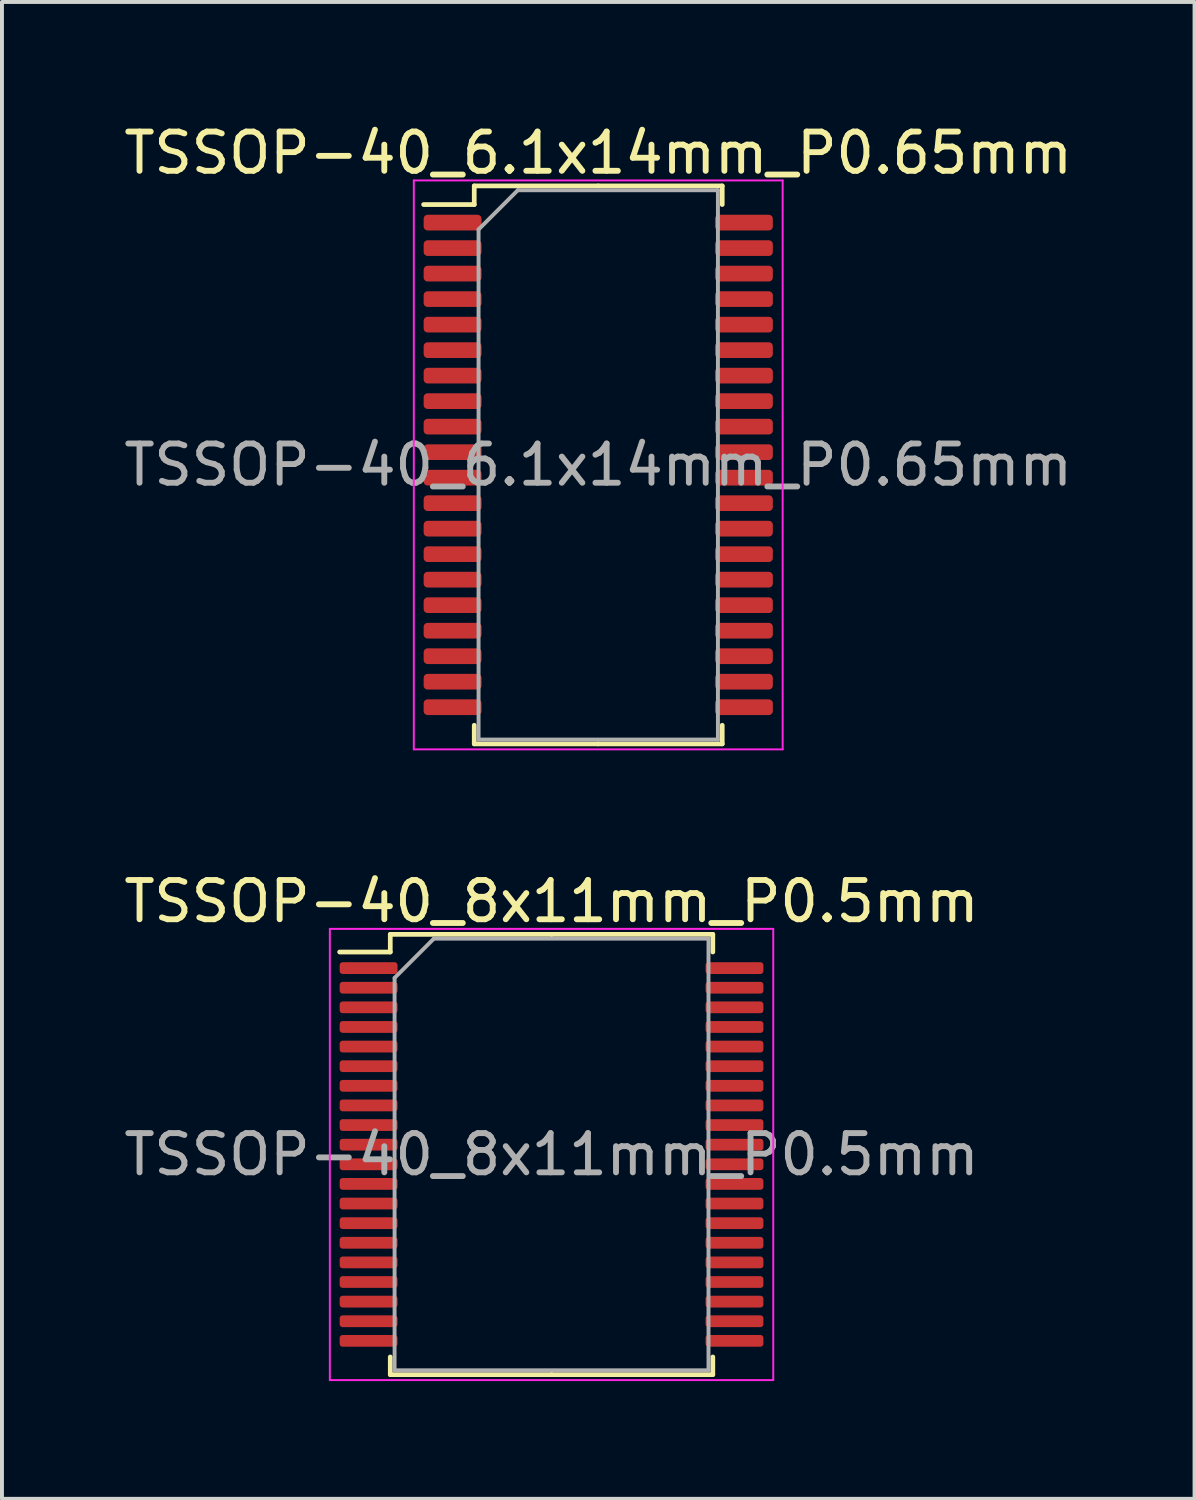
<source format=kicad_pcb>
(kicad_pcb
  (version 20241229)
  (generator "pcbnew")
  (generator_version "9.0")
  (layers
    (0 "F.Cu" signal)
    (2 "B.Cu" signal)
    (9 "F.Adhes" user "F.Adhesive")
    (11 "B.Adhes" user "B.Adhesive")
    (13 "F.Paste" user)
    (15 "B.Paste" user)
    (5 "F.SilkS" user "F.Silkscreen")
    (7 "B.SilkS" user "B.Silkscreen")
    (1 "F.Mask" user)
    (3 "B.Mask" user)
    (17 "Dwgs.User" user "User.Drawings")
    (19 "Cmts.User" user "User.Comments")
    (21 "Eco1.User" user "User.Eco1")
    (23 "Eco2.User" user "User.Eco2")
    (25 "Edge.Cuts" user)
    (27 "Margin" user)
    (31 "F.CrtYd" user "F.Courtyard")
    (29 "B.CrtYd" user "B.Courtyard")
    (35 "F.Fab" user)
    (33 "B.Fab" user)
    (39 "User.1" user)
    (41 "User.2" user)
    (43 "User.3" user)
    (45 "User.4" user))
  (footprint "TSSOP-40_8x11mm_P0.5mm"
    (layer "F.Cu")
    (at 11.006 26.372)
    (property "Reference" "TSSOP-40_8x11mm_P0.5mm" (at 0 -6.45 0) (layer "F.SilkS") (effects (font (size 1 1) (thickness 0.15))))
    (attr smd)
    (fp_line (start -4.11 -5.61) (end -4.11 -5.16) (stroke (width 0.12) (type solid)) (layer "F.SilkS"))
    (fp_line (start -4.11 -5.16) (end -5.4 -5.16) (stroke (width 0.12) (type solid)) (layer "F.SilkS"))
    (fp_line (start -4.11 5.61) (end -4.11 5.16) (stroke (width 0.12) (type solid)) (layer "F.SilkS"))
    (fp_line (start 0 -5.61) (end -4.11 -5.61) (stroke (width 0.12) (type solid)) (layer "F.SilkS"))
    (fp_line (start 0 -5.61) (end 4.11 -5.61) (stroke (width 0.12) (type solid)) (layer "F.SilkS"))
    (fp_line (start 0 5.61) (end -4.11 5.61) (stroke (width 0.12) (type solid)) (layer "F.SilkS"))
    (fp_line (start 0 5.61) (end 4.11 5.61) (stroke (width 0.12) (type solid)) (layer "F.SilkS"))
    (fp_line (start 4.11 -5.61) (end 4.11 -5.16) (stroke (width 0.12) (type solid)) (layer "F.SilkS"))
    (fp_line (start 4.11 5.61) (end 4.11 5.16) (stroke (width 0.12) (type solid)) (layer "F.SilkS"))
    (fp_line (start -5.65 -5.75) (end -5.65 5.75) (stroke (width 0.05) (type solid)) (layer "F.CrtYd"))
    (fp_line (start -5.65 5.75) (end 5.65 5.75) (stroke (width 0.05) (type solid)) (layer "F.CrtYd"))
    (fp_line (start 5.65 -5.75) (end -5.65 -5.75) (stroke (width 0.05) (type solid)) (layer "F.CrtYd"))
    (fp_line (start 5.65 5.75) (end 5.65 -5.75) (stroke (width 0.05) (type solid)) (layer "F.CrtYd"))
    (fp_line (start -4 -4.5) (end -3 -5.5) (stroke (width 0.1) (type solid)) (layer "F.Fab"))
    (fp_line (start -4 5.5) (end -4 -4.5) (stroke (width 0.1) (type solid)) (layer "F.Fab"))
    (fp_line (start -3 -5.5) (end 4 -5.5) (stroke (width 0.1) (type solid)) (layer "F.Fab"))
    (fp_line (start 4 -5.5) (end 4 5.5) (stroke (width 0.1) (type solid)) (layer "F.Fab"))
    (fp_line (start 4 5.5) (end -4 5.5) (stroke (width 0.1) (type solid)) (layer "F.Fab"))
    (fp_text user "${REFERENCE}" (at 0 0 0) (layer "F.Fab") (effects (font (size 1 1) (thickness 0.15))))
    (pad "1" smd roundrect (at -4.662 -4.75) (size 1.475 0.3) (layers "F.Cu" "F.Mask" "F.Paste") (roundrect_rratio 0.25))
    (pad "2" smd roundrect (at -4.662 -4.25) (size 1.475 0.3) (layers "F.Cu" "F.Mask" "F.Paste") (roundrect_rratio 0.25))
    (pad "3" smd roundrect (at -4.662 -3.75) (size 1.475 0.3) (layers "F.Cu" "F.Mask" "F.Paste") (roundrect_rratio 0.25))
    (pad "4" smd roundrect (at -4.662 -3.25) (size 1.475 0.3) (layers "F.Cu" "F.Mask" "F.Paste") (roundrect_rratio 0.25))
    (pad "5" smd roundrect (at -4.662 -2.75) (size 1.475 0.3) (layers "F.Cu" "F.Mask" "F.Paste") (roundrect_rratio 0.25))
    (pad "6" smd roundrect (at -4.662 -2.25) (size 1.475 0.3) (layers "F.Cu" "F.Mask" "F.Paste") (roundrect_rratio 0.25))
    (pad "7" smd roundrect (at -4.662 -1.75) (size 1.475 0.3) (layers "F.Cu" "F.Mask" "F.Paste") (roundrect_rratio 0.25))
    (pad "8" smd roundrect (at -4.662 -1.25) (size 1.475 0.3) (layers "F.Cu" "F.Mask" "F.Paste") (roundrect_rratio 0.25))
    (pad "9" smd roundrect (at -4.662 -0.75) (size 1.475 0.3) (layers "F.Cu" "F.Mask" "F.Paste") (roundrect_rratio 0.25))
    (pad "10" smd roundrect (at -4.662 -0.25) (size 1.475 0.3) (layers "F.Cu" "F.Mask" "F.Paste") (roundrect_rratio 0.25))
    (pad "11" smd roundrect (at -4.662 0.25) (size 1.475 0.3) (layers "F.Cu" "F.Mask" "F.Paste") (roundrect_rratio 0.25))
    (pad "12" smd roundrect (at -4.662 0.75) (size 1.475 0.3) (layers "F.Cu" "F.Mask" "F.Paste") (roundrect_rratio 0.25))
    (pad "13" smd roundrect (at -4.662 1.25) (size 1.475 0.3) (layers "F.Cu" "F.Mask" "F.Paste") (roundrect_rratio 0.25))
    (pad "14" smd roundrect (at -4.662 1.75) (size 1.475 0.3) (layers "F.Cu" "F.Mask" "F.Paste") (roundrect_rratio 0.25))
    (pad "15" smd roundrect (at -4.662 2.25) (size 1.475 0.3) (layers "F.Cu" "F.Mask" "F.Paste") (roundrect_rratio 0.25))
    (pad "16" smd roundrect (at -4.662 2.75) (size 1.475 0.3) (layers "F.Cu" "F.Mask" "F.Paste") (roundrect_rratio 0.25))
    (pad "17" smd roundrect (at -4.662 3.25) (size 1.475 0.3) (layers "F.Cu" "F.Mask" "F.Paste") (roundrect_rratio 0.25))
    (pad "18" smd roundrect (at -4.662 3.75) (size 1.475 0.3) (layers "F.Cu" "F.Mask" "F.Paste") (roundrect_rratio 0.25))
    (pad "19" smd roundrect (at -4.662 4.25) (size 1.475 0.3) (layers "F.Cu" "F.Mask" "F.Paste") (roundrect_rratio 0.25))
    (pad "20" smd roundrect (at -4.662 4.75) (size 1.475 0.3) (layers "F.Cu" "F.Mask" "F.Paste") (roundrect_rratio 0.25))
    (pad "21" smd roundrect (at 4.662 4.75) (size 1.475 0.3) (layers "F.Cu" "F.Mask" "F.Paste") (roundrect_rratio 0.25))
    (pad "22" smd roundrect (at 4.662 4.25) (size 1.475 0.3) (layers "F.Cu" "F.Mask" "F.Paste") (roundrect_rratio 0.25))
    (pad "23" smd roundrect (at 4.662 3.75) (size 1.475 0.3) (layers "F.Cu" "F.Mask" "F.Paste") (roundrect_rratio 0.25))
    (pad "24" smd roundrect (at 4.662 3.25) (size 1.475 0.3) (layers "F.Cu" "F.Mask" "F.Paste") (roundrect_rratio 0.25))
    (pad "25" smd roundrect (at 4.662 2.75) (size 1.475 0.3) (layers "F.Cu" "F.Mask" "F.Paste") (roundrect_rratio 0.25))
    (pad "26" smd roundrect (at 4.662 2.25) (size 1.475 0.3) (layers "F.Cu" "F.Mask" "F.Paste") (roundrect_rratio 0.25))
    (pad "27" smd roundrect (at 4.662 1.75) (size 1.475 0.3) (layers "F.Cu" "F.Mask" "F.Paste") (roundrect_rratio 0.25))
    (pad "28" smd roundrect (at 4.662 1.25) (size 1.475 0.3) (layers "F.Cu" "F.Mask" "F.Paste") (roundrect_rratio 0.25))
    (pad "29" smd roundrect (at 4.662 0.75) (size 1.475 0.3) (layers "F.Cu" "F.Mask" "F.Paste") (roundrect_rratio 0.25))
    (pad "30" smd roundrect (at 4.662 0.25) (size 1.475 0.3) (layers "F.Cu" "F.Mask" "F.Paste") (roundrect_rratio 0.25))
    (pad "31" smd roundrect (at 4.662 -0.25) (size 1.475 0.3) (layers "F.Cu" "F.Mask" "F.Paste") (roundrect_rratio 0.25))
    (pad "32" smd roundrect (at 4.662 -0.75) (size 1.475 0.3) (layers "F.Cu" "F.Mask" "F.Paste") (roundrect_rratio 0.25))
    (pad "33" smd roundrect (at 4.662 -1.25) (size 1.475 0.3) (layers "F.Cu" "F.Mask" "F.Paste") (roundrect_rratio 0.25))
    (pad "34" smd roundrect (at 4.662 -1.75) (size 1.475 0.3) (layers "F.Cu" "F.Mask" "F.Paste") (roundrect_rratio 0.25))
    (pad "35" smd roundrect (at 4.662 -2.25) (size 1.475 0.3) (layers "F.Cu" "F.Mask" "F.Paste") (roundrect_rratio 0.25))
    (pad "36" smd roundrect (at 4.662 -2.75) (size 1.475 0.3) (layers "F.Cu" "F.Mask" "F.Paste") (roundrect_rratio 0.25))
    (pad "37" smd roundrect (at 4.662 -3.25) (size 1.475 0.3) (layers "F.Cu" "F.Mask" "F.Paste") (roundrect_rratio 0.25))
    (pad "38" smd roundrect (at 4.662 -3.75) (size 1.475 0.3) (layers "F.Cu" "F.Mask" "F.Paste") (roundrect_rratio 0.25))
    (pad "39" smd roundrect (at 4.662 -4.25) (size 1.475 0.3) (layers "F.Cu" "F.Mask" "F.Paste") (roundrect_rratio 0.25))
    (pad "40" smd roundrect (at 4.662 -4.75) (size 1.475 0.3) (layers "F.Cu" "F.Mask" "F.Paste") (roundrect_rratio 0.25)))
  (footprint "TSSOP-40_6.1x14mm_P0.65mm"
    (layer "F.Cu")
    (at 12.196 8.798)
    (property "Reference" "TSSOP-40_6.1x14mm_P0.65mm" (at 0 -7.95 0) (layer "F.SilkS") (effects (font (size 1 1) (thickness 0.15))))
    (attr smd)
    (fp_line (start -3.16 -7.11) (end -3.16 -6.635) (stroke (width 0.12) (type solid)) (layer "F.SilkS"))
    (fp_line (start -3.16 -6.635) (end -4.45 -6.635) (stroke (width 0.12) (type solid)) (layer "F.SilkS"))
    (fp_line (start -3.16 7.11) (end -3.16 6.635) (stroke (width 0.12) (type solid)) (layer "F.SilkS"))
    (fp_line (start 0 -7.11) (end -3.16 -7.11) (stroke (width 0.12) (type solid)) (layer "F.SilkS"))
    (fp_line (start 0 -7.11) (end 3.16 -7.11) (stroke (width 0.12) (type solid)) (layer "F.SilkS"))
    (fp_line (start 0 7.11) (end -3.16 7.11) (stroke (width 0.12) (type solid)) (layer "F.SilkS"))
    (fp_line (start 0 7.11) (end 3.16 7.11) (stroke (width 0.12) (type solid)) (layer "F.SilkS"))
    (fp_line (start 3.16 -7.11) (end 3.16 -6.635) (stroke (width 0.12) (type solid)) (layer "F.SilkS"))
    (fp_line (start 3.16 7.11) (end 3.16 6.635) (stroke (width 0.12) (type solid)) (layer "F.SilkS"))
    (fp_line (start -4.7 -7.25) (end -4.7 7.25) (stroke (width 0.05) (type solid)) (layer "F.CrtYd"))
    (fp_line (start -4.7 7.25) (end 4.7 7.25) (stroke (width 0.05) (type solid)) (layer "F.CrtYd"))
    (fp_line (start 4.7 -7.25) (end -4.7 -7.25) (stroke (width 0.05) (type solid)) (layer "F.CrtYd"))
    (fp_line (start 4.7 7.25) (end 4.7 -7.25) (stroke (width 0.05) (type solid)) (layer "F.CrtYd"))
    (fp_line (start -3.05 -6) (end -2.05 -7) (stroke (width 0.1) (type solid)) (layer "F.Fab"))
    (fp_line (start -3.05 7) (end -3.05 -6) (stroke (width 0.1) (type solid)) (layer "F.Fab"))
    (fp_line (start -2.05 -7) (end 3.05 -7) (stroke (width 0.1) (type solid)) (layer "F.Fab"))
    (fp_line (start 3.05 -7) (end 3.05 7) (stroke (width 0.1) (type solid)) (layer "F.Fab"))
    (fp_line (start 3.05 7) (end -3.05 7) (stroke (width 0.1) (type solid)) (layer "F.Fab"))
    (fp_text user "${REFERENCE}" (at 0 0 0) (layer "F.Fab") (effects (font (size 1 1) (thickness 0.15))))
    (pad "1" smd roundrect (at -3.712 -6.175) (size 1.475 0.4) (layers "F.Cu" "F.Mask" "F.Paste") (roundrect_rratio 0.25))
    (pad "2" smd roundrect (at -3.712 -5.525) (size 1.475 0.4) (layers "F.Cu" "F.Mask" "F.Paste") (roundrect_rratio 0.25))
    (pad "3" smd roundrect (at -3.712 -4.875) (size 1.475 0.4) (layers "F.Cu" "F.Mask" "F.Paste") (roundrect_rratio 0.25))
    (pad "4" smd roundrect (at -3.712 -4.225) (size 1.475 0.4) (layers "F.Cu" "F.Mask" "F.Paste") (roundrect_rratio 0.25))
    (pad "5" smd roundrect (at -3.712 -3.575) (size 1.475 0.4) (layers "F.Cu" "F.Mask" "F.Paste") (roundrect_rratio 0.25))
    (pad "6" smd roundrect (at -3.712 -2.925) (size 1.475 0.4) (layers "F.Cu" "F.Mask" "F.Paste") (roundrect_rratio 0.25))
    (pad "7" smd roundrect (at -3.712 -2.275) (size 1.475 0.4) (layers "F.Cu" "F.Mask" "F.Paste") (roundrect_rratio 0.25))
    (pad "8" smd roundrect (at -3.712 -1.625) (size 1.475 0.4) (layers "F.Cu" "F.Mask" "F.Paste") (roundrect_rratio 0.25))
    (pad "9" smd roundrect (at -3.712 -0.975) (size 1.475 0.4) (layers "F.Cu" "F.Mask" "F.Paste") (roundrect_rratio 0.25))
    (pad "10" smd roundrect (at -3.712 -0.325) (size 1.475 0.4) (layers "F.Cu" "F.Mask" "F.Paste") (roundrect_rratio 0.25))
    (pad "11" smd roundrect (at -3.712 0.325) (size 1.475 0.4) (layers "F.Cu" "F.Mask" "F.Paste") (roundrect_rratio 0.25))
    (pad "12" smd roundrect (at -3.712 0.975) (size 1.475 0.4) (layers "F.Cu" "F.Mask" "F.Paste") (roundrect_rratio 0.25))
    (pad "13" smd roundrect (at -3.712 1.625) (size 1.475 0.4) (layers "F.Cu" "F.Mask" "F.Paste") (roundrect_rratio 0.25))
    (pad "14" smd roundrect (at -3.712 2.275) (size 1.475 0.4) (layers "F.Cu" "F.Mask" "F.Paste") (roundrect_rratio 0.25))
    (pad "15" smd roundrect (at -3.712 2.925) (size 1.475 0.4) (layers "F.Cu" "F.Mask" "F.Paste") (roundrect_rratio 0.25))
    (pad "16" smd roundrect (at -3.712 3.575) (size 1.475 0.4) (layers "F.Cu" "F.Mask" "F.Paste") (roundrect_rratio 0.25))
    (pad "17" smd roundrect (at -3.712 4.225) (size 1.475 0.4) (layers "F.Cu" "F.Mask" "F.Paste") (roundrect_rratio 0.25))
    (pad "18" smd roundrect (at -3.712 4.875) (size 1.475 0.4) (layers "F.Cu" "F.Mask" "F.Paste") (roundrect_rratio 0.25))
    (pad "19" smd roundrect (at -3.712 5.525) (size 1.475 0.4) (layers "F.Cu" "F.Mask" "F.Paste") (roundrect_rratio 0.25))
    (pad "20" smd roundrect (at -3.712 6.175) (size 1.475 0.4) (layers "F.Cu" "F.Mask" "F.Paste") (roundrect_rratio 0.25))
    (pad "21" smd roundrect (at 3.712 6.175) (size 1.475 0.4) (layers "F.Cu" "F.Mask" "F.Paste") (roundrect_rratio 0.25))
    (pad "22" smd roundrect (at 3.712 5.525) (size 1.475 0.4) (layers "F.Cu" "F.Mask" "F.Paste") (roundrect_rratio 0.25))
    (pad "23" smd roundrect (at 3.712 4.875) (size 1.475 0.4) (layers "F.Cu" "F.Mask" "F.Paste") (roundrect_rratio 0.25))
    (pad "24" smd roundrect (at 3.712 4.225) (size 1.475 0.4) (layers "F.Cu" "F.Mask" "F.Paste") (roundrect_rratio 0.25))
    (pad "25" smd roundrect (at 3.712 3.575) (size 1.475 0.4) (layers "F.Cu" "F.Mask" "F.Paste") (roundrect_rratio 0.25))
    (pad "26" smd roundrect (at 3.712 2.925) (size 1.475 0.4) (layers "F.Cu" "F.Mask" "F.Paste") (roundrect_rratio 0.25))
    (pad "27" smd roundrect (at 3.712 2.275) (size 1.475 0.4) (layers "F.Cu" "F.Mask" "F.Paste") (roundrect_rratio 0.25))
    (pad "28" smd roundrect (at 3.712 1.625) (size 1.475 0.4) (layers "F.Cu" "F.Mask" "F.Paste") (roundrect_rratio 0.25))
    (pad "29" smd roundrect (at 3.712 0.975) (size 1.475 0.4) (layers "F.Cu" "F.Mask" "F.Paste") (roundrect_rratio 0.25))
    (pad "30" smd roundrect (at 3.712 0.325) (size 1.475 0.4) (layers "F.Cu" "F.Mask" "F.Paste") (roundrect_rratio 0.25))
    (pad "31" smd roundrect (at 3.712 -0.325) (size 1.475 0.4) (layers "F.Cu" "F.Mask" "F.Paste") (roundrect_rratio 0.25))
    (pad "32" smd roundrect (at 3.712 -0.975) (size 1.475 0.4) (layers "F.Cu" "F.Mask" "F.Paste") (roundrect_rratio 0.25))
    (pad "33" smd roundrect (at 3.712 -1.625) (size 1.475 0.4) (layers "F.Cu" "F.Mask" "F.Paste") (roundrect_rratio 0.25))
    (pad "34" smd roundrect (at 3.712 -2.275) (size 1.475 0.4) (layers "F.Cu" "F.Mask" "F.Paste") (roundrect_rratio 0.25))
    (pad "35" smd roundrect (at 3.712 -2.925) (size 1.475 0.4) (layers "F.Cu" "F.Mask" "F.Paste") (roundrect_rratio 0.25))
    (pad "36" smd roundrect (at 3.712 -3.575) (size 1.475 0.4) (layers "F.Cu" "F.Mask" "F.Paste") (roundrect_rratio 0.25))
    (pad "37" smd roundrect (at 3.712 -4.225) (size 1.475 0.4) (layers "F.Cu" "F.Mask" "F.Paste") (roundrect_rratio 0.25))
    (pad "38" smd roundrect (at 3.712 -4.875) (size 1.475 0.4) (layers "F.Cu" "F.Mask" "F.Paste") (roundrect_rratio 0.25))
    (pad "39" smd roundrect (at 3.712 -5.525) (size 1.475 0.4) (layers "F.Cu" "F.Mask" "F.Paste") (roundrect_rratio 0.25))
    (pad "40" smd roundrect (at 3.712 -6.175) (size 1.475 0.4) (layers "F.Cu" "F.Mask" "F.Paste") (roundrect_rratio 0.25)))
  (gr_rect
    (start -3 -3)
    (end 27.393 35.147)
    (stroke (width 0.1) (type default))
    (fill no)
    (layer "Edge.Cuts")))
</source>
